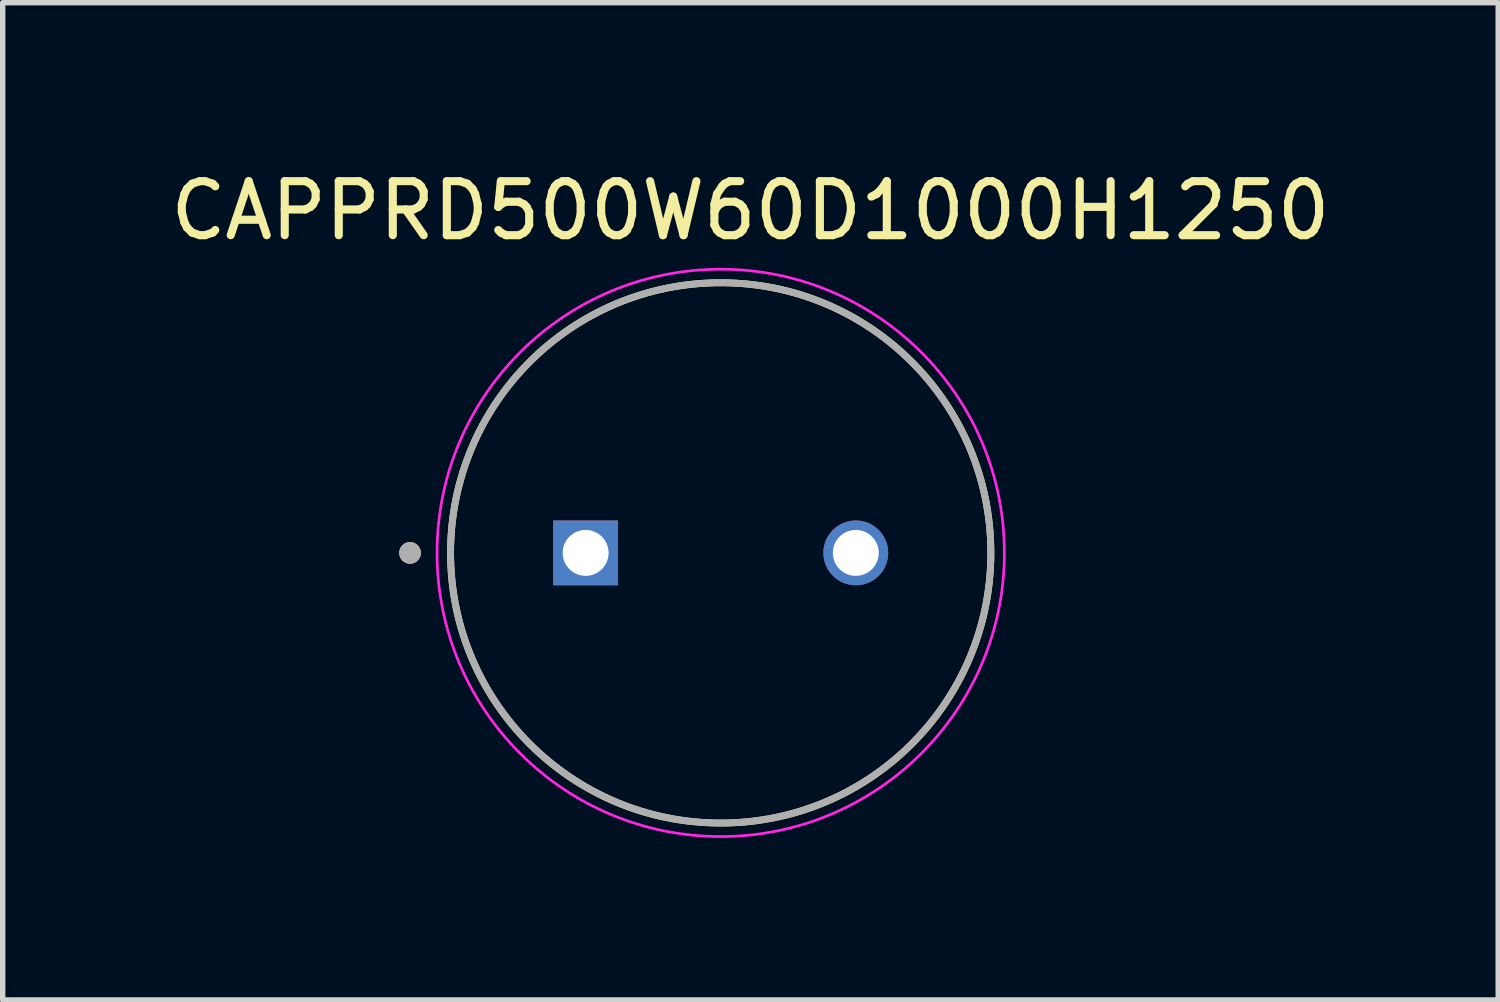
<source format=kicad_pcb>
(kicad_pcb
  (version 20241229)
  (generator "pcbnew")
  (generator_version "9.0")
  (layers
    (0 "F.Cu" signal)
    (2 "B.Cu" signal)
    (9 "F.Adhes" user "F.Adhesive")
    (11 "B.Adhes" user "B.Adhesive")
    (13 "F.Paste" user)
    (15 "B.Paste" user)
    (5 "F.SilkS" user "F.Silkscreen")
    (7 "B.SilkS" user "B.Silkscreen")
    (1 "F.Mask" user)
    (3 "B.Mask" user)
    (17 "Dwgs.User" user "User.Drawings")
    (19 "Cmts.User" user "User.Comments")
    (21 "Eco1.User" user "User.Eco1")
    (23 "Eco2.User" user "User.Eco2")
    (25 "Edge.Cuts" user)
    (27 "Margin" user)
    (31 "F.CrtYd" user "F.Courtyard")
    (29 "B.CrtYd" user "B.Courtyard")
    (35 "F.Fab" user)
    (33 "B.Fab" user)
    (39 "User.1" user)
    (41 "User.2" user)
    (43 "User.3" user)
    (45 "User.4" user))
  (footprint "CAPPRD500W60D1000H1250"
    (layer "F.Cu")
    (at 10.289 7.183)
    (property "Reference" "CAPPRD500W60D1000H1250" (at 0.55 -6.335 0) (layer "F.SilkS") (effects (font (size 1 1) (thickness 0.15))))
    (attr through_hole)
    (fp_circle (center -5.75 0) (end -5.65 0) (stroke (width 0.2) (type solid)) (fill no) (layer "F.SilkS"))
    (fp_circle (center 0 0) (end 5 0) (stroke (width 0.127) (type solid)) (fill no) (layer "F.SilkS"))
    (fp_circle (center 0 0) (end 5.25 0) (stroke (width 0.05) (type solid)) (fill no) (layer "F.CrtYd"))
    (fp_circle (center -5.75 0) (end -5.65 0) (stroke (width 0.2) (type solid)) (fill no) (layer "F.Fab"))
    (fp_circle (center 0 0) (end 5 0) (stroke (width 0.127) (type solid)) (fill no) (layer "F.Fab"))
    (pad "N" thru_hole circle (at 2.5 0) (size 1.2 1.2) (drill 0.85) (layers "*.Cu" "*.Mask"))
    (pad "P" thru_hole rect (at -2.5 0) (size 1.2 1.2) (drill 0.85) (layers "*.Cu" "*.Mask")))
  (gr_rect
    (start -3 -3)
    (end 24.679 15.458)
    (stroke (width 0.1) (type default))
    (fill no)
    (layer "Edge.Cuts")))
</source>
